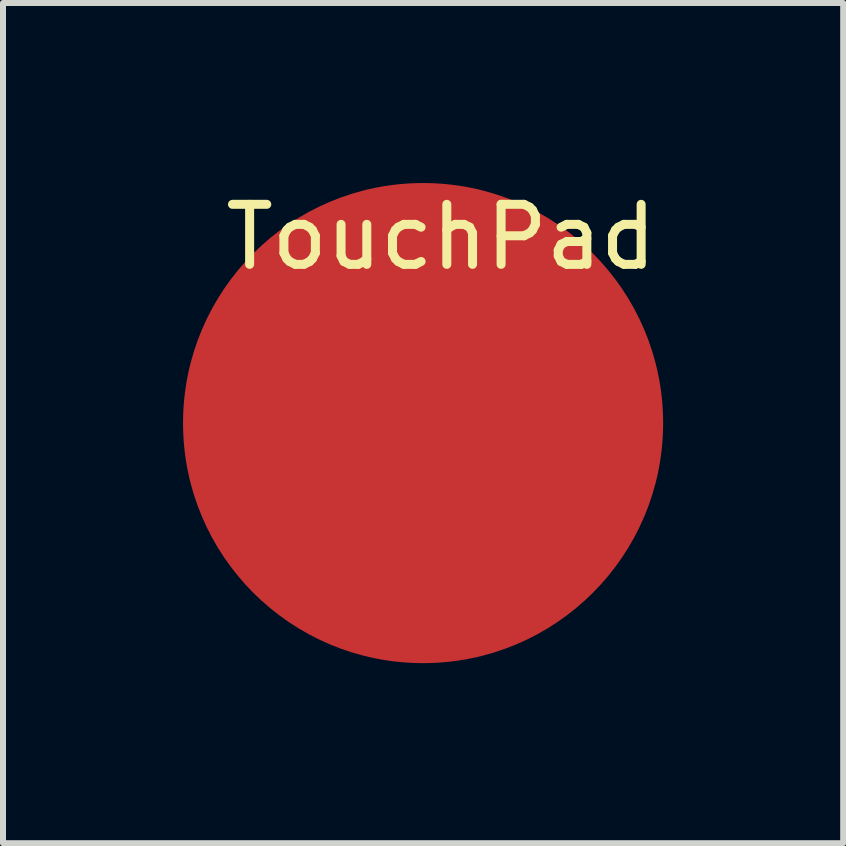
<source format=kicad_pcb>
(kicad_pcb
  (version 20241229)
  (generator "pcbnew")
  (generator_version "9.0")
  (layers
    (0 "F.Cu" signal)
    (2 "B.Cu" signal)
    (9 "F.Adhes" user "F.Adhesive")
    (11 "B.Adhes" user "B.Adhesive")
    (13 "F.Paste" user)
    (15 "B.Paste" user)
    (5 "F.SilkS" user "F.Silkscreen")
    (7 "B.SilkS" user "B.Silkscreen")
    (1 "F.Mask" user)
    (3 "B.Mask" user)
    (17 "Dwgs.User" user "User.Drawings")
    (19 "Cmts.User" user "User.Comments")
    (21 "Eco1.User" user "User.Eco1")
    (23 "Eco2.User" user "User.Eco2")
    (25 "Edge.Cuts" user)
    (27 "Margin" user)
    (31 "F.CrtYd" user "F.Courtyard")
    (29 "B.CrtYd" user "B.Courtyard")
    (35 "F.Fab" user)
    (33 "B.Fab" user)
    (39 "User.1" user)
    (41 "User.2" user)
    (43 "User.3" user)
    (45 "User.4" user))
  (footprint "TouchPad"
    (layer "F.Cu")
    (at 4 4)
    (property "Reference" "TouchPad" (at 0.3 -3.1 0) (layer "F.SilkS") (effects (font (size 1 1) (thickness 0.15))))
    (attr through_hole)
    (pad "1" smd oval (at 0 0) (size 8 8) (layers "F.Cu")))
  (gr_rect
    (start -3 -3)
    (end 11 11)
    (stroke (width 0.1) (type default))
    (fill no)
    (layer "Edge.Cuts")))
</source>
